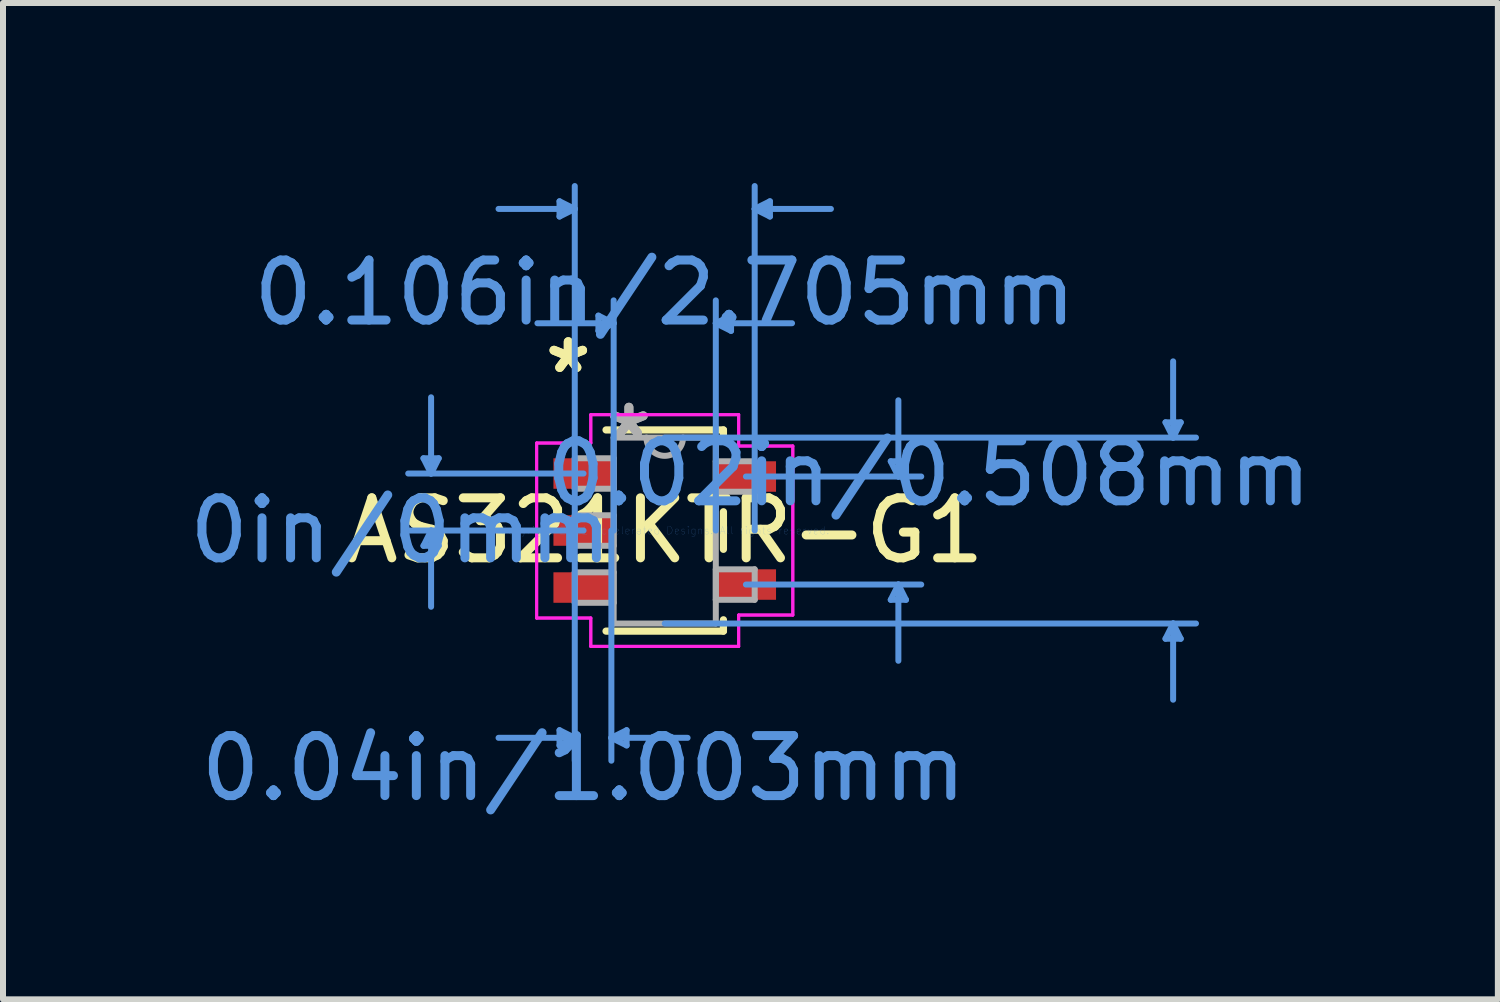
<source format=kicad_pcb>
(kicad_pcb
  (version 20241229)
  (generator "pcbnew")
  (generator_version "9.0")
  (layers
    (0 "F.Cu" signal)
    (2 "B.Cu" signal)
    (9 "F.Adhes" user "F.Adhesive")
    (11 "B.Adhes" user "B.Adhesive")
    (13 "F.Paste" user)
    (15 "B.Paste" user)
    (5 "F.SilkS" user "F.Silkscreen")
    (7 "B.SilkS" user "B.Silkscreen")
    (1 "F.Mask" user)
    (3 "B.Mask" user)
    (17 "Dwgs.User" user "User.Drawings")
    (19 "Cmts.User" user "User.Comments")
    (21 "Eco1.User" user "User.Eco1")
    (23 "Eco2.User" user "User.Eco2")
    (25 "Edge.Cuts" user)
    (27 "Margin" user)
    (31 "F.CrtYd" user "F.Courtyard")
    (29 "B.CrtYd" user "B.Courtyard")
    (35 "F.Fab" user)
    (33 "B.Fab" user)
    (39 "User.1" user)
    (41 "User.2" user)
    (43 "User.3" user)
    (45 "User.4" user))
  (footprint "AS321KTR-G1"
    (layer "F.Cu")
    (at 8.026 5.79)
    (property "Reference" "AS321KTR-G1" (at 0 0 0) (layer "F.SilkS") (effects (font (size 1 1) (thickness 0.15))))
    (attr through_hole)
    (fp_line (start -0.978 1.676) (end 0.978 1.676) (stroke (width 0.12) (type solid)) (layer "F.SilkS"))
    (fp_line (start 0.978 -1.676) (end -0.978 -1.676) (stroke (width 0.12) (type solid)) (layer "F.SilkS"))
    (fp_line (start 0.978 -1.487) (end 0.978 -1.676) (stroke (width 0.12) (type solid)) (layer "F.SilkS"))
    (fp_line (start 0.978 0.313) (end 0.978 -0.313) (stroke (width 0.12) (type solid)) (layer "F.SilkS"))
    (fp_line (start 0.978 1.676) (end 0.978 1.487) (stroke (width 0.12) (type solid)) (layer "F.SilkS"))
    (fp_line (start -4.02 -1.204) (end -3.766 -1.204) (stroke (width 0.1) (type solid)) (layer "Cmts.User"))
    (fp_line (start -4.02 0.254) (end -3.766 0.254) (stroke (width 0.1) (type solid)) (layer "Cmts.User"))
    (fp_line (start -3.893 -0.95) (end -4.02 -1.204) (stroke (width 0.1) (type solid)) (layer "Cmts.User"))
    (fp_line (start -3.893 -0.95) (end -3.893 -2.22) (stroke (width 0.1) (type solid)) (layer "Cmts.User"))
    (fp_line (start -3.893 -0.95) (end -3.766 -1.204) (stroke (width 0.1) (type solid)) (layer "Cmts.User"))
    (fp_line (start -3.893 0) (end -4.02 0.254) (stroke (width 0.1) (type solid)) (layer "Cmts.User"))
    (fp_line (start -3.893 0) (end -3.893 1.27) (stroke (width 0.1) (type solid)) (layer "Cmts.User"))
    (fp_line (start -3.893 0) (end -3.766 0.254) (stroke (width 0.1) (type solid)) (layer "Cmts.User"))
    (fp_line (start -1.753 -5.486) (end -1.753 -5.232) (stroke (width 0.1) (type solid)) (layer "Cmts.User"))
    (fp_line (start -1.753 3.327) (end -1.753 3.581) (stroke (width 0.1) (type solid)) (layer "Cmts.User"))
    (fp_line (start -1.499 -5.359) (end -2.769 -5.359) (stroke (width 0.1) (type solid)) (layer "Cmts.User"))
    (fp_line (start -1.499 -5.359) (end -1.753 -5.486) (stroke (width 0.1) (type solid)) (layer "Cmts.User"))
    (fp_line (start -1.499 -5.359) (end -1.753 -5.232) (stroke (width 0.1) (type solid)) (layer "Cmts.User"))
    (fp_line (start -1.499 0) (end -1.499 -5.74) (stroke (width 0.1) (type solid)) (layer "Cmts.User"))
    (fp_line (start -1.499 0) (end -1.499 3.835) (stroke (width 0.1) (type solid)) (layer "Cmts.User"))
    (fp_line (start -1.499 3.454) (end -2.769 3.454) (stroke (width 0.1) (type solid)) (layer "Cmts.User"))
    (fp_line (start -1.499 3.454) (end -1.753 3.327) (stroke (width 0.1) (type solid)) (layer "Cmts.User"))
    (fp_line (start -1.499 3.454) (end -1.753 3.581) (stroke (width 0.1) (type solid)) (layer "Cmts.User"))
    (fp_line (start -1.353 -0.95) (end -4.274 -0.95) (stroke (width 0.1) (type solid)) (layer "Cmts.User"))
    (fp_line (start -1.353 0) (end -4.274 0) (stroke (width 0.1) (type solid)) (layer "Cmts.User"))
    (fp_line (start -1.105 -3.581) (end -1.105 -3.327) (stroke (width 0.1) (type solid)) (layer "Cmts.User"))
    (fp_line (start -0.889 0) (end -0.889 3.835) (stroke (width 0.1) (type solid)) (layer "Cmts.User"))
    (fp_line (start -0.889 3.454) (end -0.635 3.327) (stroke (width 0.1) (type solid)) (layer "Cmts.User"))
    (fp_line (start -0.889 3.454) (end -0.635 3.581) (stroke (width 0.1) (type solid)) (layer "Cmts.User"))
    (fp_line (start -0.889 3.454) (end 0.381 3.454) (stroke (width 0.1) (type solid)) (layer "Cmts.User"))
    (fp_line (start -0.851 -3.454) (end -2.121 -3.454) (stroke (width 0.1) (type solid)) (layer "Cmts.User"))
    (fp_line (start -0.851 -3.454) (end -1.105 -3.581) (stroke (width 0.1) (type solid)) (layer "Cmts.User"))
    (fp_line (start -0.851 -3.454) (end -1.105 -3.327) (stroke (width 0.1) (type solid)) (layer "Cmts.User"))
    (fp_line (start -0.851 0) (end -0.851 -3.835) (stroke (width 0.1) (type solid)) (layer "Cmts.User"))
    (fp_line (start -0.635 3.327) (end -0.635 3.581) (stroke (width 0.1) (type solid)) (layer "Cmts.User"))
    (fp_line (start 0 -1.549) (end 8.852 -1.549) (stroke (width 0.1) (type solid)) (layer "Cmts.User"))
    (fp_line (start 0 1.549) (end 8.852 1.549) (stroke (width 0.1) (type solid)) (layer "Cmts.User"))
    (fp_line (start 0.851 -3.454) (end 1.105 -3.581) (stroke (width 0.1) (type solid)) (layer "Cmts.User"))
    (fp_line (start 0.851 -3.454) (end 1.105 -3.327) (stroke (width 0.1) (type solid)) (layer "Cmts.User"))
    (fp_line (start 0.851 -3.454) (end 2.121 -3.454) (stroke (width 0.1) (type solid)) (layer "Cmts.User"))
    (fp_line (start 0.851 0) (end 0.851 -3.835) (stroke (width 0.1) (type solid)) (layer "Cmts.User"))
    (fp_line (start 1.105 -3.581) (end 1.105 -3.327) (stroke (width 0.1) (type solid)) (layer "Cmts.User"))
    (fp_line (start 1.353 -0.9) (end 4.274 -0.9) (stroke (width 0.1) (type solid)) (layer "Cmts.User"))
    (fp_line (start 1.353 0.9) (end 4.274 0.9) (stroke (width 0.1) (type solid)) (layer "Cmts.User"))
    (fp_line (start 1.499 -5.359) (end 1.753 -5.486) (stroke (width 0.1) (type solid)) (layer "Cmts.User"))
    (fp_line (start 1.499 -5.359) (end 1.753 -5.232) (stroke (width 0.1) (type solid)) (layer "Cmts.User"))
    (fp_line (start 1.499 -5.359) (end 2.769 -5.359) (stroke (width 0.1) (type solid)) (layer "Cmts.User"))
    (fp_line (start 1.499 0) (end 1.499 -5.74) (stroke (width 0.1) (type solid)) (layer "Cmts.User"))
    (fp_line (start 1.753 -5.486) (end 1.753 -5.232) (stroke (width 0.1) (type solid)) (layer "Cmts.User"))
    (fp_line (start 3.766 -1.154) (end 4.02 -1.154) (stroke (width 0.1) (type solid)) (layer "Cmts.User"))
    (fp_line (start 3.766 1.154) (end 4.02 1.154) (stroke (width 0.1) (type solid)) (layer "Cmts.User"))
    (fp_line (start 3.893 -0.9) (end 3.766 -1.154) (stroke (width 0.1) (type solid)) (layer "Cmts.User"))
    (fp_line (start 3.893 -0.9) (end 3.893 -2.17) (stroke (width 0.1) (type solid)) (layer "Cmts.User"))
    (fp_line (start 3.893 -0.9) (end 4.02 -1.154) (stroke (width 0.1) (type solid)) (layer "Cmts.User"))
    (fp_line (start 3.893 0.9) (end 3.766 1.154) (stroke (width 0.1) (type solid)) (layer "Cmts.User"))
    (fp_line (start 3.893 0.9) (end 3.893 2.17) (stroke (width 0.1) (type solid)) (layer "Cmts.User"))
    (fp_line (start 3.893 0.9) (end 4.02 1.154) (stroke (width 0.1) (type solid)) (layer "Cmts.User"))
    (fp_line (start 8.344 -1.803) (end 8.598 -1.803) (stroke (width 0.1) (type solid)) (layer "Cmts.User"))
    (fp_line (start 8.344 1.803) (end 8.598 1.803) (stroke (width 0.1) (type solid)) (layer "Cmts.User"))
    (fp_line (start 8.471 -1.549) (end 8.344 -1.803) (stroke (width 0.1) (type solid)) (layer "Cmts.User"))
    (fp_line (start 8.471 -1.549) (end 8.471 -2.819) (stroke (width 0.1) (type solid)) (layer "Cmts.User"))
    (fp_line (start 8.471 -1.549) (end 8.598 -1.803) (stroke (width 0.1) (type solid)) (layer "Cmts.User"))
    (fp_line (start 8.471 1.549) (end 8.344 1.803) (stroke (width 0.1) (type solid)) (layer "Cmts.User"))
    (fp_line (start 8.471 1.549) (end 8.471 2.819) (stroke (width 0.1) (type solid)) (layer "Cmts.User"))
    (fp_line (start 8.471 1.549) (end 8.598 1.803) (stroke (width 0.1) (type solid)) (layer "Cmts.User"))
    (fp_line (start -2.134 -1.458) (end -1.232 -1.458) (stroke (width 0.05) (type solid)) (layer "F.CrtYd"))
    (fp_line (start -2.134 -1.458) (end -1.232 -1.458) (stroke (width 0.05) (type solid)) (layer "F.CrtYd"))
    (fp_line (start -2.134 1.458) (end -2.134 -1.458) (stroke (width 0.05) (type solid)) (layer "F.CrtYd"))
    (fp_line (start -2.134 1.458) (end -2.134 -1.458) (stroke (width 0.05) (type solid)) (layer "F.CrtYd"))
    (fp_line (start -1.232 -1.93) (end 1.232 -1.93) (stroke (width 0.05) (type solid)) (layer "F.CrtYd"))
    (fp_line (start -1.232 -1.93) (end 1.232 -1.93) (stroke (width 0.05) (type solid)) (layer "F.CrtYd"))
    (fp_line (start -1.232 -1.458) (end -1.232 -1.93) (stroke (width 0.05) (type solid)) (layer "F.CrtYd"))
    (fp_line (start -1.232 -1.458) (end -1.232 -1.93) (stroke (width 0.05) (type solid)) (layer "F.CrtYd"))
    (fp_line (start -1.232 1.458) (end -2.134 1.458) (stroke (width 0.05) (type solid)) (layer "F.CrtYd"))
    (fp_line (start -1.232 1.458) (end -2.134 1.458) (stroke (width 0.05) (type solid)) (layer "F.CrtYd"))
    (fp_line (start -1.232 1.93) (end -1.232 1.458) (stroke (width 0.05) (type solid)) (layer "F.CrtYd"))
    (fp_line (start -1.232 1.93) (end -1.232 1.458) (stroke (width 0.05) (type solid)) (layer "F.CrtYd"))
    (fp_line (start 1.232 -1.93) (end 1.232 -1.408) (stroke (width 0.05) (type solid)) (layer "F.CrtYd"))
    (fp_line (start 1.232 -1.93) (end 1.232 -1.408) (stroke (width 0.05) (type solid)) (layer "F.CrtYd"))
    (fp_line (start 1.232 -1.408) (end 2.134 -1.408) (stroke (width 0.05) (type solid)) (layer "F.CrtYd"))
    (fp_line (start 1.232 -1.408) (end 2.134 -1.408) (stroke (width 0.05) (type solid)) (layer "F.CrtYd"))
    (fp_line (start 1.232 1.408) (end 1.232 1.93) (stroke (width 0.05) (type solid)) (layer "F.CrtYd"))
    (fp_line (start 1.232 1.408) (end 1.232 1.93) (stroke (width 0.05) (type solid)) (layer "F.CrtYd"))
    (fp_line (start 1.232 1.93) (end -1.232 1.93) (stroke (width 0.05) (type solid)) (layer "F.CrtYd"))
    (fp_line (start 1.232 1.93) (end -1.232 1.93) (stroke (width 0.05) (type solid)) (layer "F.CrtYd"))
    (fp_line (start 2.134 -1.408) (end 2.134 1.408) (stroke (width 0.05) (type solid)) (layer "F.CrtYd"))
    (fp_line (start 2.134 -1.408) (end 2.134 1.408) (stroke (width 0.05) (type solid)) (layer "F.CrtYd"))
    (fp_line (start 2.134 1.408) (end 1.232 1.408) (stroke (width 0.05) (type solid)) (layer "F.CrtYd"))
    (fp_line (start 2.134 1.408) (end 1.232 1.408) (stroke (width 0.05) (type solid)) (layer "F.CrtYd"))
    (fp_line (start -1.499 -1.204) (end -1.499 -0.696) (stroke (width 0.1) (type solid)) (layer "F.Fab"))
    (fp_line (start -1.499 -0.696) (end -0.851 -0.696) (stroke (width 0.1) (type solid)) (layer "F.Fab"))
    (fp_line (start -1.499 -0.254) (end -1.499 0.254) (stroke (width 0.1) (type solid)) (layer "F.Fab"))
    (fp_line (start -1.499 0.254) (end -0.851 0.254) (stroke (width 0.1) (type solid)) (layer "F.Fab"))
    (fp_line (start -1.499 0.696) (end -1.499 1.204) (stroke (width 0.1) (type solid)) (layer "F.Fab"))
    (fp_line (start -1.499 1.204) (end -0.851 1.204) (stroke (width 0.1) (type solid)) (layer "F.Fab"))
    (fp_line (start -0.851 -1.549) (end -0.851 1.549) (stroke (width 0.1) (type solid)) (layer "F.Fab"))
    (fp_line (start -0.851 -1.204) (end -1.499 -1.204) (stroke (width 0.1) (type solid)) (layer "F.Fab"))
    (fp_line (start -0.851 -0.696) (end -0.851 -1.204) (stroke (width 0.1) (type solid)) (layer "F.Fab"))
    (fp_line (start -0.851 -0.254) (end -1.499 -0.254) (stroke (width 0.1) (type solid)) (layer "F.Fab"))
    (fp_line (start -0.851 0.254) (end -0.851 -0.254) (stroke (width 0.1) (type solid)) (layer "F.Fab"))
    (fp_line (start -0.851 0.696) (end -1.499 0.696) (stroke (width 0.1) (type solid)) (layer "F.Fab"))
    (fp_line (start -0.851 1.204) (end -0.851 0.696) (stroke (width 0.1) (type solid)) (layer "F.Fab"))
    (fp_line (start -0.851 1.549) (end 0.851 1.549) (stroke (width 0.1) (type solid)) (layer "F.Fab"))
    (fp_line (start 0.851 -1.549) (end -0.851 -1.549) (stroke (width 0.1) (type solid)) (layer "F.Fab"))
    (fp_line (start 0.851 -1.154) (end 0.851 -0.646) (stroke (width 0.1) (type solid)) (layer "F.Fab"))
    (fp_line (start 0.851 -0.646) (end 1.499 -0.646) (stroke (width 0.1) (type solid)) (layer "F.Fab"))
    (fp_line (start 0.851 0.646) (end 0.851 1.154) (stroke (width 0.1) (type solid)) (layer "F.Fab"))
    (fp_line (start 0.851 1.154) (end 1.499 1.154) (stroke (width 0.1) (type solid)) (layer "F.Fab"))
    (fp_line (start 0.851 1.549) (end 0.851 -1.549) (stroke (width 0.1) (type solid)) (layer "F.Fab"))
    (fp_line (start 1.499 -1.154) (end 0.851 -1.154) (stroke (width 0.1) (type solid)) (layer "F.Fab"))
    (fp_line (start 1.499 -0.646) (end 1.499 -1.154) (stroke (width 0.1) (type solid)) (layer "F.Fab"))
    (fp_line (start 1.499 0.646) (end 0.851 0.646) (stroke (width 0.1) (type solid)) (layer "F.Fab"))
    (fp_line (start 1.499 1.154) (end 1.499 0.646) (stroke (width 0.1) (type solid)) (layer "F.Fab"))
    (fp_arc (start 0.3048 -1.5494) (mid 0 -1.2446) (end -0.3048 -1.5494) (stroke (width 0.1) (type solid)) (layer "F.Fab"))
    (fp_text user "*" (at -1.607 -2.601 0) (layer "F.SilkS") (effects (font (size 1 1) (thickness 0.15))))
    (fp_text user "*" (at -1.607 -2.601 0) (layer "F.SilkS") (effects (font (size 1 1) (thickness 0.15))))
    (fp_text user "Copyright 2021 Accelerated Designs. All rights reserved." (at 0 0 0) (layer "Cmts.User") (effects (font (size 0.127 0.127) (thickness 0.002))))
    (fp_text user "0.02in/0.508mm" (at 4.401 -0.95 0) (layer "Cmts.User") (effects (font (size 1 1) (thickness 0.15))))
    (fp_text user "0.106in/2.705mm" (at 0 -3.962 0) (layer "Cmts.User") (effects (font (size 1 1) (thickness 0.15))))
    (fp_text user "0in/0mm" (at -4.401 0 0) (layer "Cmts.User") (effects (font (size 1 1) (thickness 0.15))))
    (fp_text user "0.04in/1.003mm" (at -1.353 3.962 0) (layer "Cmts.User") (effects (font (size 1 1) (thickness 0.15))))
    (fp_text user "*" (at -0.597 -1.509 0) (layer "F.Fab") (effects (font (size 1 1) (thickness 0.15))))
    (fp_text user "*" (at -0.597 -1.509 0) (layer "F.Fab") (effects (font (size 1 1) (thickness 0.15))))
    (pad "1" smd rect (at -1.353 -0.95) (size 1.003 0.508) (layers "F.Cu" "F.Mask" "F.Paste"))
    (pad "2" smd rect (at -1.353 0) (size 1.003 0.508) (layers "F.Cu" "F.Mask" "F.Paste"))
    (pad "3" smd rect (at -1.353 0.95) (size 1.003 0.508) (layers "F.Cu" "F.Mask" "F.Paste"))
    (pad "4" smd rect (at 1.353 0.9) (size 1.003 0.508) (layers "F.Cu" "F.Mask" "F.Paste"))
    (pad "5" smd rect (at 1.353 -0.9) (size 1.003 0.508) (layers "F.Cu" "F.Mask" "F.Paste")))
  (gr_rect
    (start -3 -3)
    (end 21.908 13.601)
    (stroke (width 0.1) (type default))
    (fill no)
    (layer "Edge.Cuts")))
</source>
